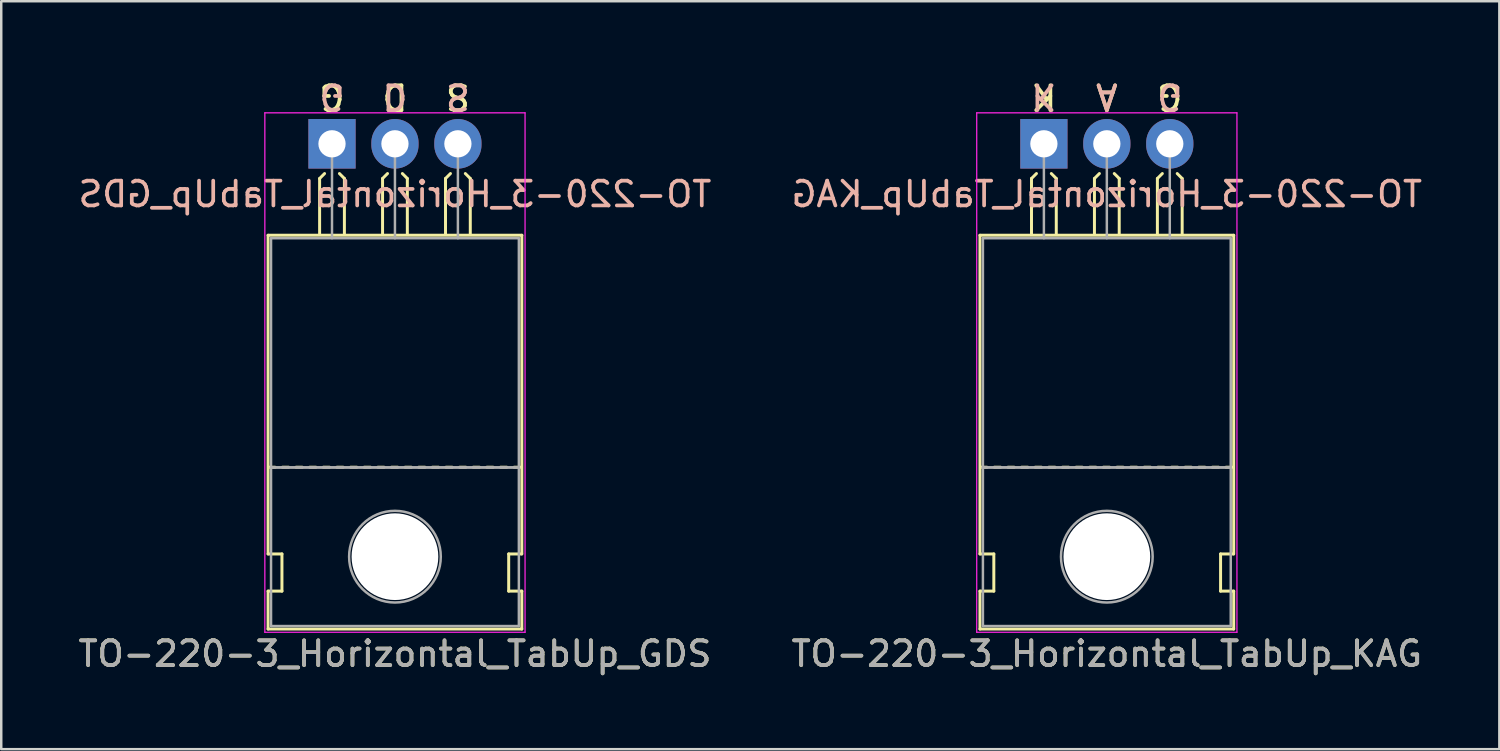
<source format=kicad_pcb>
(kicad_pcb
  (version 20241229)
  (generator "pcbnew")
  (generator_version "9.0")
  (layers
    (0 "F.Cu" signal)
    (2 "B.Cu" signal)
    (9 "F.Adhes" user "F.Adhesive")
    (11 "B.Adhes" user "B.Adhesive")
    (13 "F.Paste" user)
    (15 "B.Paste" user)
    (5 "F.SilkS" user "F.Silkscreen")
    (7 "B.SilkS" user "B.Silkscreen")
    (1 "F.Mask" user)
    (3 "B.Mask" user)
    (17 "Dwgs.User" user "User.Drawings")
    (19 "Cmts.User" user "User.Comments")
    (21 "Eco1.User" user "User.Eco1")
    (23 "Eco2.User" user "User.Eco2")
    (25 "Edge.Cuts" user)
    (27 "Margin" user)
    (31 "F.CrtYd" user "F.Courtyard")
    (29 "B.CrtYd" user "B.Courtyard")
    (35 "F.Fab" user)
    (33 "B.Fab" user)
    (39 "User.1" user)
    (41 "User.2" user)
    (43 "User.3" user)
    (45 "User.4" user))
  (footprint "TO-220-3_Horizontal_TabUp_KAG"
    (layer "F.Cu")
    (at 39.073 2.753)
    (property "Reference" "TO-220-3_Horizontal_TabUp_KAG" (at 2.54 20.58 0) (layer "F.SilkS") (effects (font (size 1 1) (thickness 0.15))))
    (fp_line (start -2.58 16.55) (end -2.58 3.69) (stroke (width 0.12) (type solid)) (layer "F.SilkS"))
    (fp_line (start -2.58 16.55) (end -2.02 16.55) (stroke (width 0.12) (type solid)) (layer "F.SilkS"))
    (fp_line (start -2.58 19.58) (end -2.58 18.05) (stroke (width 0.12) (type solid)) (layer "F.SilkS"))
    (fp_line (start -2.3 13.05) (end -2.55 13.05) (stroke (width 0.12) (type solid)) (layer "F.SilkS"))
    (fp_line (start -2.02 16.55) (end -2.02 18.05) (stroke (width 0.12) (type solid)) (layer "F.SilkS"))
    (fp_line (start -2.02 18.05) (end -2.58 18.05) (stroke (width 0.12) (type solid)) (layer "F.SilkS"))
    (fp_line (start -1.75 13.05) (end -2 13.05) (stroke (width 0.12) (type solid)) (layer "F.SilkS"))
    (fp_line (start -1.2 13.05) (end -1.45 13.05) (stroke (width 0.12) (type solid)) (layer "F.SilkS"))
    (fp_line (start -0.65 13.05) (end -0.9 13.05) (stroke (width 0.12) (type solid)) (layer "F.SilkS"))
    (fp_line (start -0.5 1.4) (end -0.3 1.2) (stroke (width 0.12) (type solid)) (layer "F.SilkS"))
    (fp_line (start -0.5 3.65) (end -0.5 1.4) (stroke (width 0.12) (type solid)) (layer "F.SilkS"))
    (fp_line (start -0.1 13.05) (end -0.35 13.05) (stroke (width 0.12) (type solid)) (layer "F.SilkS"))
    (fp_line (start 0.45 13.05) (end 0.2 13.05) (stroke (width 0.12) (type solid)) (layer "F.SilkS"))
    (fp_line (start 0.5 1.4) (end 0.3 1.2) (stroke (width 0.12) (type solid)) (layer "F.SilkS"))
    (fp_line (start 0.5 3.65) (end 0.5 1.4) (stroke (width 0.12) (type solid)) (layer "F.SilkS"))
    (fp_line (start 1 13.05) (end 0.75 13.05) (stroke (width 0.12) (type solid)) (layer "F.SilkS"))
    (fp_line (start 1.55 13.05) (end 1.3 13.05) (stroke (width 0.12) (type solid)) (layer "F.SilkS"))
    (fp_line (start 2.04 1.4) (end 2.24 1.2) (stroke (width 0.12) (type solid)) (layer "F.SilkS"))
    (fp_line (start 2.04 3.65) (end 2.04 1.4) (stroke (width 0.12) (type solid)) (layer "F.SilkS"))
    (fp_line (start 2.1 13.05) (end 1.85 13.05) (stroke (width 0.12) (type solid)) (layer "F.SilkS"))
    (fp_line (start 2.65 13.05) (end 2.4 13.05) (stroke (width 0.12) (type solid)) (layer "F.SilkS"))
    (fp_line (start 3.04 1.4) (end 2.84 1.2) (stroke (width 0.12) (type solid)) (layer "F.SilkS"))
    (fp_line (start 3.04 3.65) (end 3.04 1.4) (stroke (width 0.12) (type solid)) (layer "F.SilkS"))
    (fp_line (start 3.2 13.05) (end 2.95 13.05) (stroke (width 0.12) (type solid)) (layer "F.SilkS"))
    (fp_line (start 3.75 13.05) (end 3.5 13.05) (stroke (width 0.12) (type solid)) (layer "F.SilkS"))
    (fp_line (start 4.3 13.05) (end 4.05 13.05) (stroke (width 0.12) (type solid)) (layer "F.SilkS"))
    (fp_line (start 4.58 1.4) (end 4.78 1.2) (stroke (width 0.12) (type solid)) (layer "F.SilkS"))
    (fp_line (start 4.58 3.65) (end 4.58 1.4) (stroke (width 0.12) (type solid)) (layer "F.SilkS"))
    (fp_line (start 4.85 13.05) (end 4.6 13.05) (stroke (width 0.12) (type solid)) (layer "F.SilkS"))
    (fp_line (start 5.4 13.05) (end 5.15 13.05) (stroke (width 0.12) (type solid)) (layer "F.SilkS"))
    (fp_line (start 5.58 1.4) (end 5.38 1.2) (stroke (width 0.12) (type solid)) (layer "F.SilkS"))
    (fp_line (start 5.58 3.65) (end 5.58 1.4) (stroke (width 0.12) (type solid)) (layer "F.SilkS"))
    (fp_line (start 5.95 13.05) (end 5.7 13.05) (stroke (width 0.12) (type solid)) (layer "F.SilkS"))
    (fp_line (start 6.5 13.05) (end 6.25 13.05) (stroke (width 0.12) (type solid)) (layer "F.SilkS"))
    (fp_line (start 7.05 13.05) (end 6.8 13.05) (stroke (width 0.12) (type solid)) (layer "F.SilkS"))
    (fp_line (start 7.13 16.55) (end 7.655 16.55) (stroke (width 0.12) (type solid)) (layer "F.SilkS"))
    (fp_line (start 7.13 18.05) (end 7.13 16.55) (stroke (width 0.12) (type solid)) (layer "F.SilkS"))
    (fp_line (start 7.6 13.05) (end 7.35 13.05) (stroke (width 0.12) (type solid)) (layer "F.SilkS"))
    (fp_line (start 7.66 3.69) (end -2.58 3.69) (stroke (width 0.12) (type solid)) (layer "F.SilkS"))
    (fp_line (start 7.66 16.55) (end 7.66 3.69) (stroke (width 0.12) (type solid)) (layer "F.SilkS"))
    (fp_line (start 7.66 18.05) (end 7.13 18.05) (stroke (width 0.12) (type solid)) (layer "F.SilkS"))
    (fp_line (start 7.66 19.58) (end -2.58 19.58) (stroke (width 0.12) (type solid)) (layer "F.SilkS"))
    (fp_line (start 7.66 19.58) (end 7.66 18.05) (stroke (width 0.12) (type solid)) (layer "F.SilkS"))
    (fp_line (start -2.71 -1.25) (end -2.71 19.71) (stroke (width 0.05) (type solid)) (layer "F.CrtYd"))
    (fp_line (start -2.71 19.71) (end 7.79 19.71) (stroke (width 0.05) (type solid)) (layer "F.CrtYd"))
    (fp_line (start 7.79 -1.25) (end -2.71 -1.25) (stroke (width 0.05) (type solid)) (layer "F.CrtYd"))
    (fp_line (start 7.79 19.71) (end 7.79 -1.25) (stroke (width 0.05) (type solid)) (layer "F.CrtYd"))
    (fp_line (start -2.46 3.81) (end -2.46 13.06) (stroke (width 0.1) (type solid)) (layer "F.Fab"))
    (fp_line (start -2.46 13.06) (end -2.46 19.46) (stroke (width 0.1) (type solid)) (layer "F.Fab"))
    (fp_line (start -2.46 13.06) (end 7.54 13.06) (stroke (width 0.1) (type solid)) (layer "F.Fab"))
    (fp_line (start -2.46 19.46) (end 7.54 19.46) (stroke (width 0.1) (type solid)) (layer "F.Fab"))
    (fp_line (start 0 3.81) (end 0 0) (stroke (width 0.1) (type solid)) (layer "F.Fab"))
    (fp_line (start 2.54 3.81) (end 2.54 0) (stroke (width 0.1) (type solid)) (layer "F.Fab"))
    (fp_line (start 5.08 3.81) (end 5.08 0) (stroke (width 0.1) (type solid)) (layer "F.Fab"))
    (fp_line (start 7.54 3.81) (end -2.46 3.81) (stroke (width 0.1) (type solid)) (layer "F.Fab"))
    (fp_line (start 7.54 13.06) (end -2.46 13.06) (stroke (width 0.1) (type solid)) (layer "F.Fab"))
    (fp_line (start 7.54 13.06) (end 7.54 3.81) (stroke (width 0.1) (type solid)) (layer "F.Fab"))
    (fp_line (start 7.54 19.46) (end 7.54 13.06) (stroke (width 0.1) (type solid)) (layer "F.Fab"))
    (fp_circle (center 2.54 16.66) (end 4.39 16.66) (stroke (width 0.1) (type solid)) (fill no) (layer "F.Fab"))
    (fp_text user "A" (at 2.54 -1.905 180) (unlocked yes) (layer "F.SilkS") (effects (font (size 1 1) (thickness 0.15))))
    (fp_text user "K" (at 0 -1.905 180) (unlocked yes) (layer "F.SilkS") (effects (font (size 1 1) (thickness 0.15))))
    (fp_text user "G" (at 5.08 -1.905 180) (unlocked yes) (layer "F.SilkS") (effects (font (size 1 1) (thickness 0.15))))
    (fp_text user "${REFERENCE}" (at 2.54 2.032 0) (layer "B.SilkS") (effects (font (size 1 1) (thickness 0.15)) (justify mirror)))
    (fp_text user "K" (at 0 -1.905 180) (unlocked yes) (layer "B.SilkS") (effects (font (size 1 1) (thickness 0.15)) (justify mirror)))
    (fp_text user "A" (at 2.54 -1.905 180) (unlocked yes) (layer "B.SilkS") (effects (font (size 1 1) (thickness 0.15)) (justify mirror)))
    (fp_text user "G" (at 5.08 -1.905 180) (unlocked yes) (layer "B.SilkS") (effects (font (size 1 1) (thickness 0.15)) (justify mirror)))
    (fp_text user "${REFERENCE}" (at 2.54 20.58 0) (layer "F.Fab") (effects (font (size 1 1) (thickness 0.15))))
    (pad "" np_thru_hole oval (at 2.54 16.66) (size 3.5 3.5) (drill 3.5) (layers "*.Cu" "*.Mask"))
    (pad "1" thru_hole rect (at 0 0) (size 1.905 2) (drill 1.1) (layers "*.Cu" "*.Mask"))
    (pad "2" thru_hole oval (at 2.54 0) (size 1.905 2) (drill 1.1) (layers "*.Cu" "*.Mask"))
    (pad "3" thru_hole oval (at 5.08 0) (size 1.905 2) (drill 1.1) (layers "*.Cu" "*.Mask")))
  (footprint "TO-220-3_Horizontal_TabUp_GDS"
    (layer "F.Cu")
    (at 10.347 2.753)
    (property "Reference" "TO-220-3_Horizontal_TabUp_GDS" (at 2.54 20.58 0) (layer "F.SilkS") (effects (font (size 1 1) (thickness 0.15))))
    (fp_line (start -2.58 16.55) (end -2.58 3.69) (stroke (width 0.12) (type solid)) (layer "F.SilkS"))
    (fp_line (start -2.58 16.55) (end -2.02 16.55) (stroke (width 0.12) (type solid)) (layer "F.SilkS"))
    (fp_line (start -2.58 19.58) (end -2.58 18.05) (stroke (width 0.12) (type solid)) (layer "F.SilkS"))
    (fp_line (start -2.3 13.05) (end -2.55 13.05) (stroke (width 0.12) (type solid)) (layer "F.SilkS"))
    (fp_line (start -2.02 16.55) (end -2.02 18.05) (stroke (width 0.12) (type solid)) (layer "F.SilkS"))
    (fp_line (start -2.02 18.05) (end -2.58 18.05) (stroke (width 0.12) (type solid)) (layer "F.SilkS"))
    (fp_line (start -1.75 13.05) (end -2 13.05) (stroke (width 0.12) (type solid)) (layer "F.SilkS"))
    (fp_line (start -1.2 13.05) (end -1.45 13.05) (stroke (width 0.12) (type solid)) (layer "F.SilkS"))
    (fp_line (start -0.65 13.05) (end -0.9 13.05) (stroke (width 0.12) (type solid)) (layer "F.SilkS"))
    (fp_line (start -0.5 1.4) (end -0.3 1.2) (stroke (width 0.12) (type solid)) (layer "F.SilkS"))
    (fp_line (start -0.5 3.65) (end -0.5 1.4) (stroke (width 0.12) (type solid)) (layer "F.SilkS"))
    (fp_line (start -0.1 13.05) (end -0.35 13.05) (stroke (width 0.12) (type solid)) (layer "F.SilkS"))
    (fp_line (start 0.45 13.05) (end 0.2 13.05) (stroke (width 0.12) (type solid)) (layer "F.SilkS"))
    (fp_line (start 0.5 1.4) (end 0.3 1.2) (stroke (width 0.12) (type solid)) (layer "F.SilkS"))
    (fp_line (start 0.5 3.65) (end 0.5 1.4) (stroke (width 0.12) (type solid)) (layer "F.SilkS"))
    (fp_line (start 1 13.05) (end 0.75 13.05) (stroke (width 0.12) (type solid)) (layer "F.SilkS"))
    (fp_line (start 1.55 13.05) (end 1.3 13.05) (stroke (width 0.12) (type solid)) (layer "F.SilkS"))
    (fp_line (start 2.04 1.4) (end 2.24 1.2) (stroke (width 0.12) (type solid)) (layer "F.SilkS"))
    (fp_line (start 2.04 3.65) (end 2.04 1.4) (stroke (width 0.12) (type solid)) (layer "F.SilkS"))
    (fp_line (start 2.1 13.05) (end 1.85 13.05) (stroke (width 0.12) (type solid)) (layer "F.SilkS"))
    (fp_line (start 2.65 13.05) (end 2.4 13.05) (stroke (width 0.12) (type solid)) (layer "F.SilkS"))
    (fp_line (start 3.04 1.4) (end 2.84 1.2) (stroke (width 0.12) (type solid)) (layer "F.SilkS"))
    (fp_line (start 3.04 3.65) (end 3.04 1.4) (stroke (width 0.12) (type solid)) (layer "F.SilkS"))
    (fp_line (start 3.2 13.05) (end 2.95 13.05) (stroke (width 0.12) (type solid)) (layer "F.SilkS"))
    (fp_line (start 3.75 13.05) (end 3.5 13.05) (stroke (width 0.12) (type solid)) (layer "F.SilkS"))
    (fp_line (start 4.3 13.05) (end 4.05 13.05) (stroke (width 0.12) (type solid)) (layer "F.SilkS"))
    (fp_line (start 4.58 1.4) (end 4.78 1.2) (stroke (width 0.12) (type solid)) (layer "F.SilkS"))
    (fp_line (start 4.58 3.65) (end 4.58 1.4) (stroke (width 0.12) (type solid)) (layer "F.SilkS"))
    (fp_line (start 4.85 13.05) (end 4.6 13.05) (stroke (width 0.12) (type solid)) (layer "F.SilkS"))
    (fp_line (start 5.4 13.05) (end 5.15 13.05) (stroke (width 0.12) (type solid)) (layer "F.SilkS"))
    (fp_line (start 5.58 1.4) (end 5.38 1.2) (stroke (width 0.12) (type solid)) (layer "F.SilkS"))
    (fp_line (start 5.58 3.65) (end 5.58 1.4) (stroke (width 0.12) (type solid)) (layer "F.SilkS"))
    (fp_line (start 5.95 13.05) (end 5.7 13.05) (stroke (width 0.12) (type solid)) (layer "F.SilkS"))
    (fp_line (start 6.5 13.05) (end 6.25 13.05) (stroke (width 0.12) (type solid)) (layer "F.SilkS"))
    (fp_line (start 7.05 13.05) (end 6.8 13.05) (stroke (width 0.12) (type solid)) (layer "F.SilkS"))
    (fp_line (start 7.13 16.55) (end 7.655 16.55) (stroke (width 0.12) (type solid)) (layer "F.SilkS"))
    (fp_line (start 7.13 18.05) (end 7.13 16.55) (stroke (width 0.12) (type solid)) (layer "F.SilkS"))
    (fp_line (start 7.6 13.05) (end 7.35 13.05) (stroke (width 0.12) (type solid)) (layer "F.SilkS"))
    (fp_line (start 7.66 3.69) (end -2.58 3.69) (stroke (width 0.12) (type solid)) (layer "F.SilkS"))
    (fp_line (start 7.66 16.55) (end 7.66 3.69) (stroke (width 0.12) (type solid)) (layer "F.SilkS"))
    (fp_line (start 7.66 18.05) (end 7.13 18.05) (stroke (width 0.12) (type solid)) (layer "F.SilkS"))
    (fp_line (start 7.66 19.58) (end -2.58 19.58) (stroke (width 0.12) (type solid)) (layer "F.SilkS"))
    (fp_line (start 7.66 19.58) (end 7.66 18.05) (stroke (width 0.12) (type solid)) (layer "F.SilkS"))
    (fp_line (start -2.71 -1.25) (end -2.71 19.71) (stroke (width 0.05) (type solid)) (layer "F.CrtYd"))
    (fp_line (start -2.71 19.71) (end 7.79 19.71) (stroke (width 0.05) (type solid)) (layer "F.CrtYd"))
    (fp_line (start 7.79 -1.25) (end -2.71 -1.25) (stroke (width 0.05) (type solid)) (layer "F.CrtYd"))
    (fp_line (start 7.79 19.71) (end 7.79 -1.25) (stroke (width 0.05) (type solid)) (layer "F.CrtYd"))
    (fp_line (start -2.46 3.81) (end -2.46 13.06) (stroke (width 0.1) (type solid)) (layer "F.Fab"))
    (fp_line (start -2.46 13.06) (end -2.46 19.46) (stroke (width 0.1) (type solid)) (layer "F.Fab"))
    (fp_line (start -2.46 13.06) (end 7.54 13.06) (stroke (width 0.1) (type solid)) (layer "F.Fab"))
    (fp_line (start -2.46 19.46) (end 7.54 19.46) (stroke (width 0.1) (type solid)) (layer "F.Fab"))
    (fp_line (start 0 3.81) (end 0 0) (stroke (width 0.1) (type solid)) (layer "F.Fab"))
    (fp_line (start 2.54 3.81) (end 2.54 0) (stroke (width 0.1) (type solid)) (layer "F.Fab"))
    (fp_line (start 5.08 3.81) (end 5.08 0) (stroke (width 0.1) (type solid)) (layer "F.Fab"))
    (fp_line (start 7.54 3.81) (end -2.46 3.81) (stroke (width 0.1) (type solid)) (layer "F.Fab"))
    (fp_line (start 7.54 13.06) (end -2.46 13.06) (stroke (width 0.1) (type solid)) (layer "F.Fab"))
    (fp_line (start 7.54 13.06) (end 7.54 3.81) (stroke (width 0.1) (type solid)) (layer "F.Fab"))
    (fp_line (start 7.54 19.46) (end 7.54 13.06) (stroke (width 0.1) (type solid)) (layer "F.Fab"))
    (fp_circle (center 2.54 16.66) (end 4.39 16.66) (stroke (width 0.1) (type solid)) (fill no) (layer "F.Fab"))
    (fp_text user "S" (at 5.08 -1.905 180) (unlocked yes) (layer "F.SilkS") (effects (font (size 1 1) (thickness 0.15))))
    (fp_text user "G" (at 0 -1.905 180) (unlocked yes) (layer "F.SilkS") (effects (font (size 1 1) (thickness 0.15))))
    (fp_text user "D" (at 2.54 -1.905 180) (unlocked yes) (layer "F.SilkS") (effects (font (size 1 1) (thickness 0.15))))
    (fp_text user "S" (at 5.08 -1.905 180) (unlocked yes) (layer "B.SilkS") (effects (font (size 1 1) (thickness 0.15)) (justify mirror)))
    (fp_text user "${REFERENCE}" (at 2.54 2.032 0) (layer "B.SilkS") (effects (font (size 1 1) (thickness 0.15)) (justify mirror)))
    (fp_text user "G" (at 0 -1.905 180) (unlocked yes) (layer "B.SilkS") (effects (font (size 1 1) (thickness 0.15)) (justify mirror)))
    (fp_text user "D" (at 2.54 -1.905 180) (unlocked yes) (layer "B.SilkS") (effects (font (size 1 1) (thickness 0.15)) (justify mirror)))
    (fp_text user "${REFERENCE}" (at 2.54 20.58 0) (layer "F.Fab") (effects (font (size 1 1) (thickness 0.15))))
    (pad "" np_thru_hole oval (at 2.54 16.66) (size 3.5 3.5) (drill 3.5) (layers "*.Cu" "*.Mask"))
    (pad "1" thru_hole rect (at 0 0) (size 1.905 2) (drill 1.1) (layers "*.Cu" "*.Mask"))
    (pad "2" thru_hole oval (at 2.54 0) (size 1.905 2) (drill 1.1) (layers "*.Cu" "*.Mask"))
    (pad "3" thru_hole oval (at 5.08 0) (size 1.905 2) (drill 1.1) (layers "*.Cu" "*.Mask")))
  (gr_rect
    (start -3 -3)
    (end 57.452 27.181)
    (stroke (width 0.1) (type default))
    (fill no)
    (layer "Edge.Cuts")))
</source>
